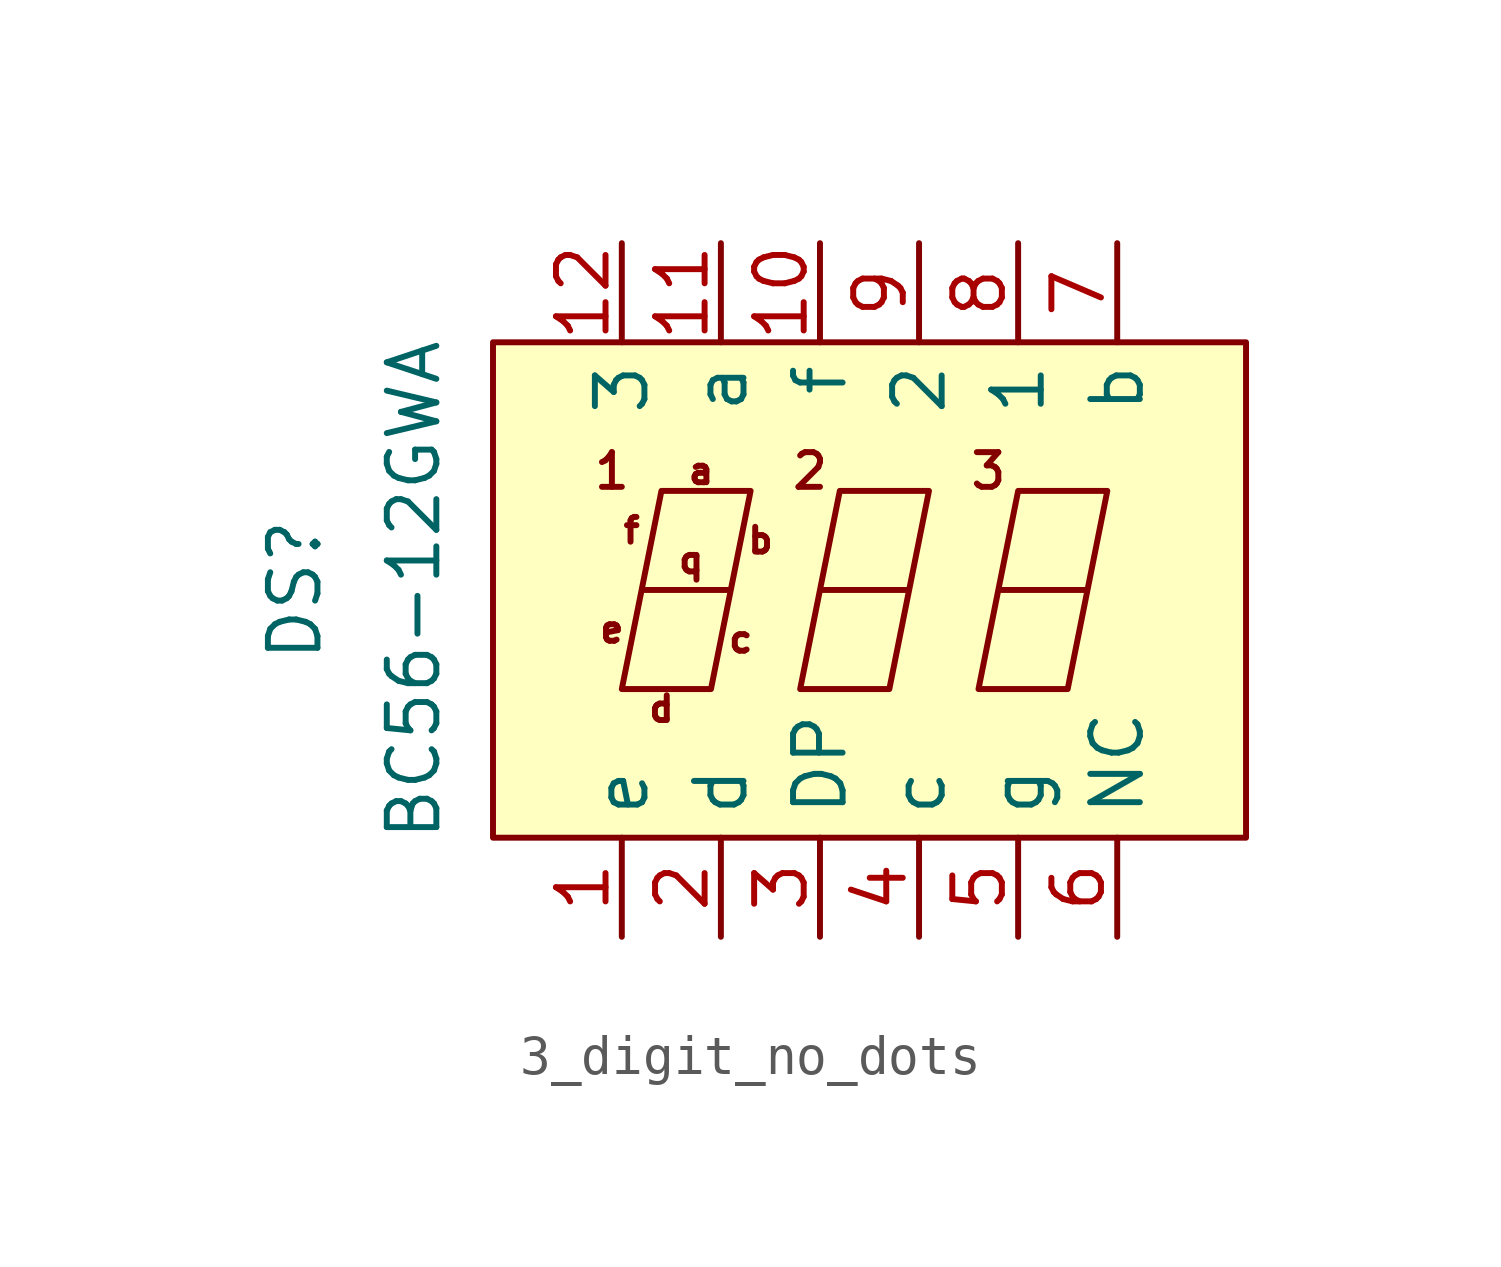
<source format=kicad_sym>
(kicad_symbol_lib
  (version 20241209)
  (generator "kicad_symbol_editor")
  (generator_version "9.0")
  (symbol "3_digit_no_dots"
    (property "Reference" "DS"
      (at -14.732 0 90)
      (effects (font (size 1.27 1.27))))
    (property "Value" "BC56-12GWA"
      (at -11.684 0 90)
      (effects (font (size 1.27 1.27))))
    (symbol "3_digit_no_dots_0_1"
      (rectangle (start -9.652 6.35) (end 9.652 -6.35) (stroke (width 0) (type default)) (fill (type color) (color 255 255 194 1)))
      (polyline (pts (xy -5.842 0) (xy -5.334 2.54) (xy -3.048 2.54) (xy -3.556 0) (xy -5.842 0) (xy -6.35 -2.54) (xy -4.064 -2.54) (xy -3.556 0)) (stroke (width 0) (type default)) (fill (type none)))
      (polyline (pts (xy -1.27 0) (xy -0.762 2.54) (xy 1.524 2.54) (xy 1.016 0) (xy -1.27 0) (xy -1.778 -2.54) (xy 0.508 -2.54) (xy 1.016 0)) (stroke (width 0) (type default)) (fill (type none)))
      (polyline (pts (xy 3.302 0) (xy 3.81 2.54) (xy 6.096 2.54) (xy 5.588 0) (xy 3.302 0) (xy 2.794 -2.54) (xy 5.08 -2.54) (xy 5.588 0)) (stroke (width 0) (type default)) (fill (type none))))
    (symbol "3_digit_no_dots_1_1"
      (text "1" (at -6.604 3.048 0) (effects (font (size 0.889 0.889))))
      (text "e" (at -6.604 -1.016 0) (effects (font (size 0.635 0.635))))
      (text "f" (at -6.096 1.524 0) (effects (font (size 0.635 0.635))))
      (text "d" (at -5.334 -3.048 0) (effects (font (size 0.635 0.635))))
      (text "q" (at -4.572 0.762 0) (effects (font (size 0.635 0.635))))
      (text "a" (at -4.318 3.048 0) (effects (font (size 0.635 0.635))))
      (text "c" (at -3.302 -1.27 0) (effects (font (size 0.635 0.635))))
      (text "b" (at -2.794 1.27 0) (effects (font (size 0.635 0.635))))
      (text "2" (at -1.524 3.048 0) (effects (font (size 0.889 0.889))))
      (text "3" (at 3.048 3.048 0) (effects (font (size 0.889 0.889))))
      (pin input line (at -6.35 8.89 270) (length 2.54) (name "3" (effects (font (size 1.27 1.27)))) (number "12" (effects (font (size 1.27 1.27)))))
      (pin input line (at -6.35 -8.89 90) (length 2.54) (name "e" (effects (font (size 1.27 1.27)))) (number "1" (effects (font (size 1.27 1.27)))))
      (pin input line (at -3.81 8.89 270) (length 2.54) (name "a" (effects (font (size 1.27 1.27)))) (number "11" (effects (font (size 1.27 1.27)))))
      (pin input line (at -3.81 -8.89 90) (length 2.54) (name "d" (effects (font (size 1.27 1.27)))) (number "2" (effects (font (size 1.27 1.27)))))
      (pin input line (at -1.27 8.89 270) (length 2.54) (name "f" (effects (font (size 1.27 1.27)))) (number "10" (effects (font (size 1.27 1.27)))))
      (pin input line (at -1.27 -8.89 90) (length 2.54) (name "DP" (effects (font (size 1.27 1.27)))) (number "3" (effects (font (size 1.27 1.27)))))
      (pin input line (at 1.27 8.89 270) (length 2.54) (name "2" (effects (font (size 1.27 1.27)))) (number "9" (effects (font (size 1.27 1.27)))))
      (pin input line (at 1.27 -8.89 90) (length 2.54) (name "c" (effects (font (size 1.27 1.27)))) (number "4" (effects (font (size 1.27 1.27)))))
      (pin input line (at 3.81 8.89 270) (length 2.54) (name "1" (effects (font (size 1.27 1.27)))) (number "8" (effects (font (size 1.27 1.27)))))
      (pin input line (at 3.81 -8.89 90) (length 2.54) (name "g" (effects (font (size 1.27 1.27)))) (number "5" (effects (font (size 1.27 1.27)))))
      (pin input line (at 6.35 8.89 270) (length 2.54) (name "b" (effects (font (size 1.27 1.27)))) (number "7" (effects (font (size 1.27 1.27)))))
      (pin input line (at 6.35 -8.89 90) (length 2.54) (name "NC" (effects (font (size 1.27 1.27)))) (number "6" (effects (font (size 1.27 1.27))))))))
</source>
